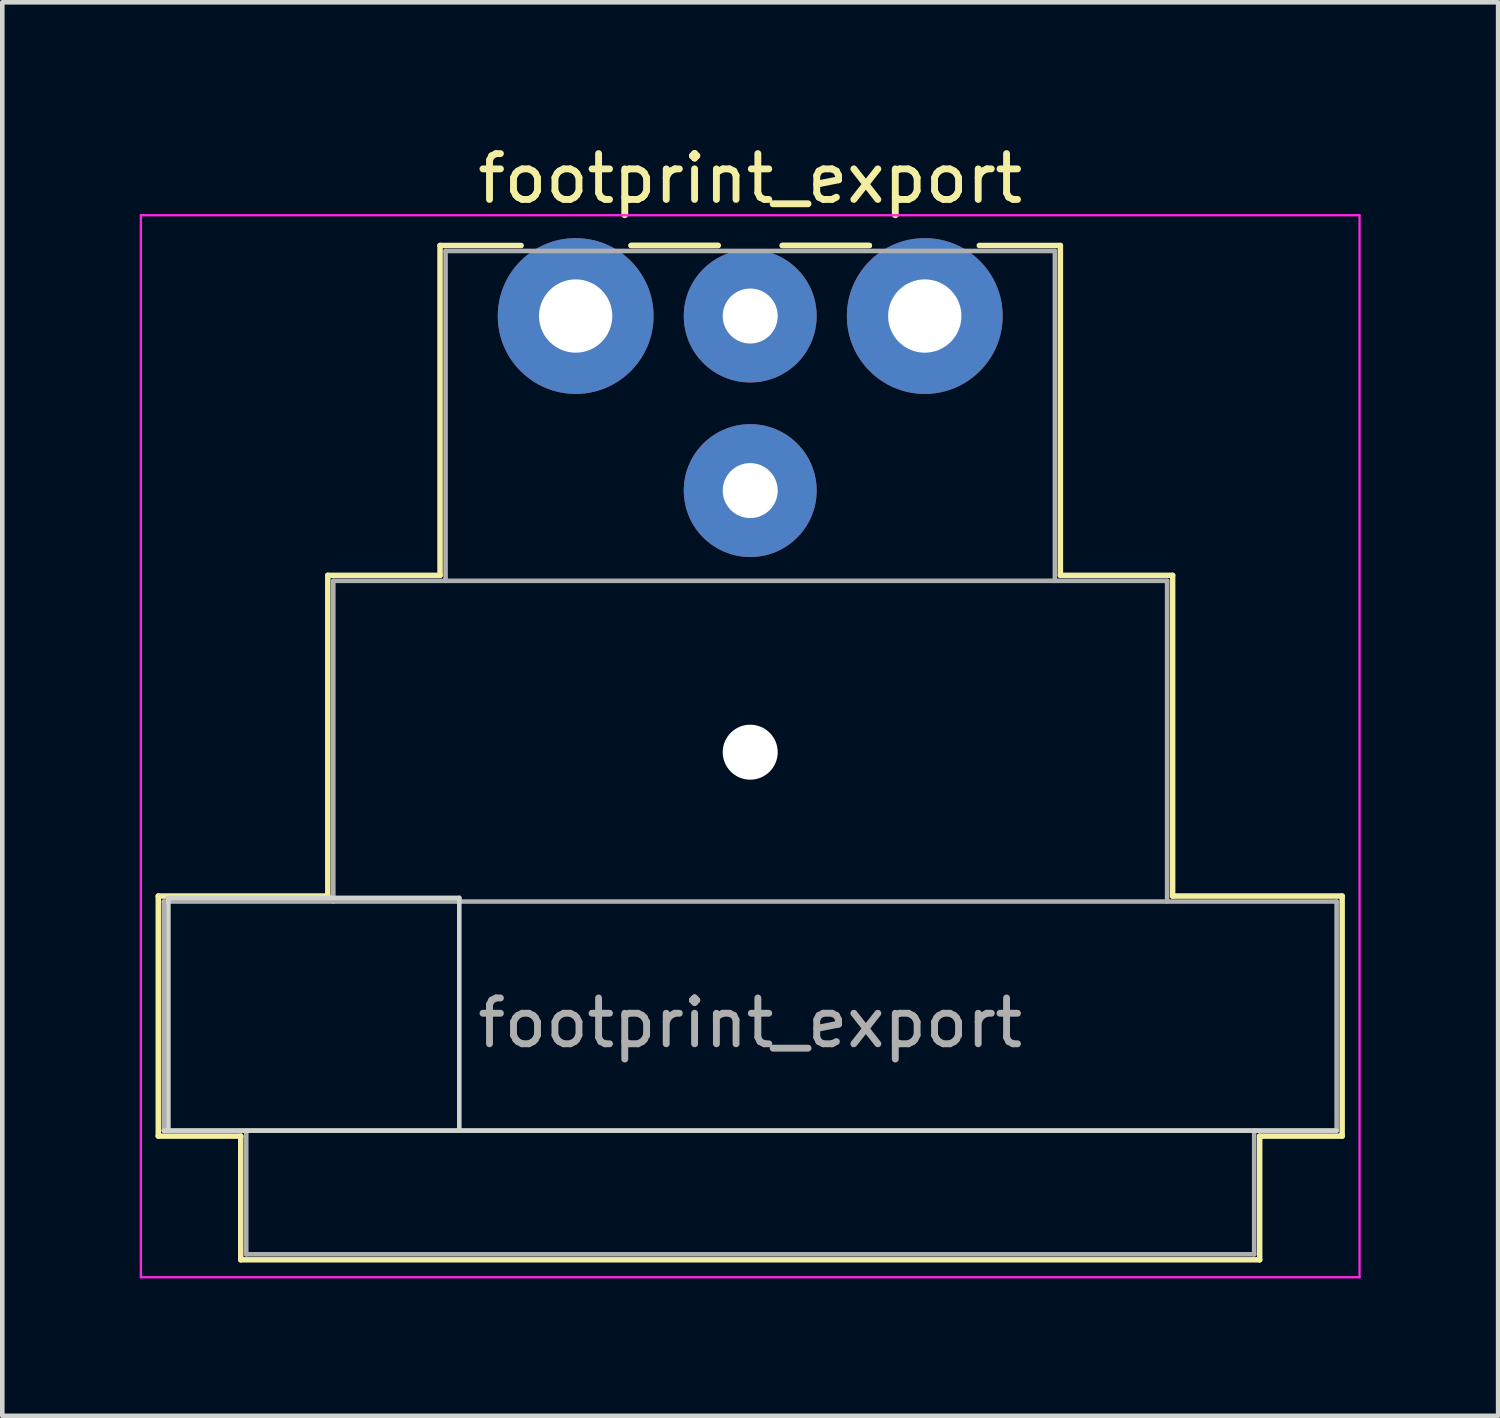
<source format=kicad_pcb>
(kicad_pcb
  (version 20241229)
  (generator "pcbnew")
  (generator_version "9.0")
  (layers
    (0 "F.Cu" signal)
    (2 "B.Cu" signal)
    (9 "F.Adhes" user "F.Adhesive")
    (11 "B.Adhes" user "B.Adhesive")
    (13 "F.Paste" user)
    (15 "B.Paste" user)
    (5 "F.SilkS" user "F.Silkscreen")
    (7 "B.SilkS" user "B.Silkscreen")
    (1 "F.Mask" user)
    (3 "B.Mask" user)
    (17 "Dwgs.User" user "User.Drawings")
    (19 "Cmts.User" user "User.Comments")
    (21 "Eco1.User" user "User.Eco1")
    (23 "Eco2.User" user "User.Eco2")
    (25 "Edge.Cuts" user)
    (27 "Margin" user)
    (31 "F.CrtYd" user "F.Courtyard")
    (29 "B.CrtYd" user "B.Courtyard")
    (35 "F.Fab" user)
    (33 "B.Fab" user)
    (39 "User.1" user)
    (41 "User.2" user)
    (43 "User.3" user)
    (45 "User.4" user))
  (footprint "footprint_export"
    (layer "F.Cu")
    (at 9.515 3.848)
    (property "Reference" "footprint_export" (at 3.81 -3 0) (layer "F.SilkS") (effects (font (size 1 1) (thickness 0.15))))
    (attr through_hole)
    (fp_line (start -9.11 12.66) (end -5.41 12.66) (stroke (width 0.12) (type solid)) (layer "F.SilkS"))
    (fp_line (start -9.11 17.9) (end -9.11 12.66) (stroke (width 0.12) (type solid)) (layer "F.SilkS"))
    (fp_line (start -7.31 17.9) (end -9.11 17.9) (stroke (width 0.12) (type solid)) (layer "F.SilkS"))
    (fp_line (start -7.31 17.9) (end -7.31 20.6) (stroke (width 0.12) (type solid)) (layer "F.SilkS"))
    (fp_line (start -5.41 12.66) (end -5.41 5.66) (stroke (width 0.12) (type solid)) (layer "F.SilkS"))
    (fp_line (start -2.96 5.66) (end -5.41 5.66) (stroke (width 0.12) (type solid)) (layer "F.SilkS"))
    (fp_line (start -2.96 5.66) (end -2.96 -1.54) (stroke (width 0.12) (type solid)) (layer "F.SilkS"))
    (fp_line (start -1.19 -1.54) (end -2.96 -1.54) (stroke (width 0.12) (type solid)) (layer "F.SilkS"))
    (fp_line (start 3.11 -1.54) (end 1.21 -1.54) (stroke (width 0.12) (type solid)) (layer "F.SilkS"))
    (fp_line (start 3.11 -1.54) (end 1.21 -1.54) (stroke (width 0.12) (type solid)) (layer "F.SilkS"))
    (fp_line (start 4.51 -1.54) (end 6.41 -1.54) (stroke (width 0.12) (type solid)) (layer "F.SilkS"))
    (fp_line (start 4.51 -1.54) (end 6.41 -1.54) (stroke (width 0.12) (type solid)) (layer "F.SilkS"))
    (fp_line (start 10.58 -1.54) (end 8.81 -1.54) (stroke (width 0.12) (type solid)) (layer "F.SilkS"))
    (fp_line (start 10.58 5.66) (end 10.58 -1.54) (stroke (width 0.12) (type solid)) (layer "F.SilkS"))
    (fp_line (start 10.58 5.66) (end 13.03 5.66) (stroke (width 0.12) (type solid)) (layer "F.SilkS"))
    (fp_line (start 13.03 12.66) (end 13.03 5.66) (stroke (width 0.12) (type solid)) (layer "F.SilkS"))
    (fp_line (start 13.03 12.66) (end 16.73 12.66) (stroke (width 0.12) (type solid)) (layer "F.SilkS"))
    (fp_line (start 14.93 17.9) (end 14.93 20.6) (stroke (width 0.12) (type solid)) (layer "F.SilkS"))
    (fp_line (start 14.93 20.6) (end -7.31 20.6) (stroke (width 0.12) (type solid)) (layer "F.SilkS"))
    (fp_line (start 16.73 17.9) (end 14.93 17.9) (stroke (width 0.12) (type solid)) (layer "F.SilkS"))
    (fp_line (start 16.73 17.9) (end 16.73 12.66) (stroke (width 0.12) (type solid)) (layer "F.SilkS"))
    (fp_line (start -8.89 12.7) (end -8.89 17.78) (stroke (width 0.1) (type solid)) (layer "Edge.Cuts"))
    (fp_line (start -2.54 12.7) (end -8.89 12.7) (stroke (width 0.1) (type solid)) (layer "Edge.Cuts"))
    (fp_line (start -2.54 17.78) (end -2.54 12.7) (stroke (width 0.1) (type solid)) (layer "Edge.Cuts"))
    (fp_line (start 16.61 17.78) (end -8.99 17.78) (stroke (width 0.1) (type solid)) (layer "Edge.Cuts"))
    (fp_line (start -9.49 20.98) (end -9.49 -2.2) (stroke (width 0.05) (type solid)) (layer "F.CrtYd"))
    (fp_line (start 17.11 -2.2) (end -9.49 -2.2) (stroke (width 0.05) (type solid)) (layer "F.CrtYd"))
    (fp_line (start 17.11 20.98) (end -9.49 20.98) (stroke (width 0.05) (type solid)) (layer "F.CrtYd"))
    (fp_line (start 17.11 20.98) (end 17.11 -2.2) (stroke (width 0.05) (type solid)) (layer "F.CrtYd"))
    (fp_line (start -8.99 12.78) (end 16.61 12.78) (stroke (width 0.1) (type solid)) (layer "F.Fab"))
    (fp_line (start -8.99 17.78) (end -8.99 12.78) (stroke (width 0.1) (type solid)) (layer "F.Fab"))
    (fp_line (start -7.19 20.48) (end -7.19 17.78) (stroke (width 0.1) (type solid)) (layer "F.Fab"))
    (fp_line (start -5.29 5.78) (end -5.29 12.78) (stroke (width 0.1) (type solid)) (layer "F.Fab"))
    (fp_line (start -5.29 5.78) (end 12.91 5.78) (stroke (width 0.1) (type solid)) (layer "F.Fab"))
    (fp_line (start -2.84 5.78) (end -2.84 -1.42) (stroke (width 0.1) (type solid)) (layer "F.Fab"))
    (fp_line (start 10.46 -1.42) (end -2.84 -1.42) (stroke (width 0.1) (type solid)) (layer "F.Fab"))
    (fp_line (start 10.46 5.78) (end 10.46 -1.42) (stroke (width 0.1) (type solid)) (layer "F.Fab"))
    (fp_line (start 12.91 12.78) (end 12.91 5.78) (stroke (width 0.1) (type solid)) (layer "F.Fab"))
    (fp_line (start 14.81 17.78) (end 14.81 20.48) (stroke (width 0.1) (type solid)) (layer "F.Fab"))
    (fp_line (start 14.81 20.48) (end -7.19 20.48) (stroke (width 0.1) (type solid)) (layer "F.Fab"))
    (fp_line (start 16.61 12.78) (end 16.61 17.78) (stroke (width 0.1) (type solid)) (layer "F.Fab"))
    (fp_line (start 16.61 17.78) (end -8.99 17.78) (stroke (width 0.1) (type solid)) (layer "F.Fab"))
    (fp_text user "${REFERENCE}" (at 3.81 15.43 0) (layer "F.Fab") (effects (font (size 1 1) (thickness 0.15))))
    (pad "" np_thru_hole circle (at 3.81 9.52) (size 1.2 1.2) (drill 1.2) (layers "*.Cu" "*.Mask"))
    (pad "1" thru_hole circle (at 0 0) (size 3.4 3.4) (drill 1.6) (layers "*.Cu" "*.Mask"))
    (pad "2" thru_hole circle (at 3.81 0) (size 2.9 2.9) (drill 1.2) (layers "*.Cu" "*.Mask"))
    (pad "3" thru_hole circle (at 7.62 0) (size 3.4 3.4) (drill 1.6) (layers "*.Cu" "*.Mask"))
    (pad "G" thru_hole circle (at 3.81 3.81) (size 2.9 2.9) (drill 1.2) (layers "*.Cu" "*.Mask")))
  (gr_rect
    (start -3 -3)
    (end 29.65 27.853)
    (stroke (width 0.1) (type default))
    (fill no)
    (layer "Edge.Cuts")))
</source>
